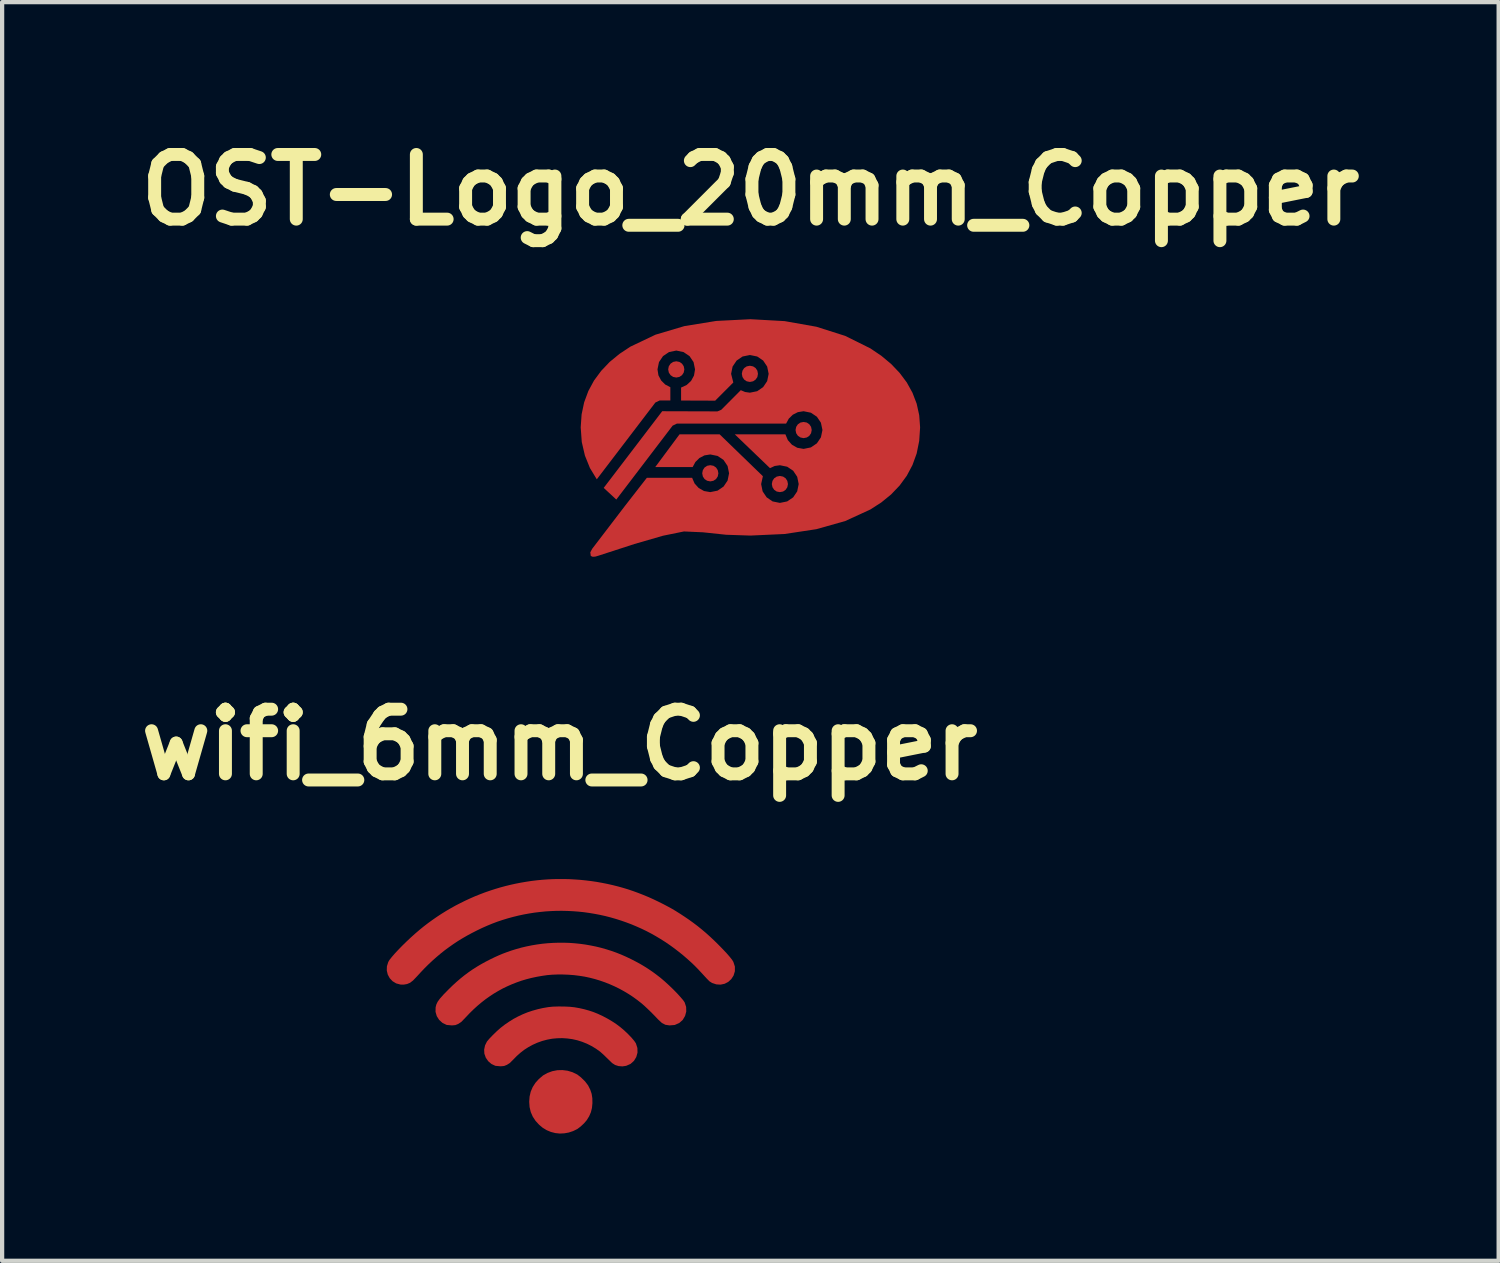
<source format=kicad_pcb>
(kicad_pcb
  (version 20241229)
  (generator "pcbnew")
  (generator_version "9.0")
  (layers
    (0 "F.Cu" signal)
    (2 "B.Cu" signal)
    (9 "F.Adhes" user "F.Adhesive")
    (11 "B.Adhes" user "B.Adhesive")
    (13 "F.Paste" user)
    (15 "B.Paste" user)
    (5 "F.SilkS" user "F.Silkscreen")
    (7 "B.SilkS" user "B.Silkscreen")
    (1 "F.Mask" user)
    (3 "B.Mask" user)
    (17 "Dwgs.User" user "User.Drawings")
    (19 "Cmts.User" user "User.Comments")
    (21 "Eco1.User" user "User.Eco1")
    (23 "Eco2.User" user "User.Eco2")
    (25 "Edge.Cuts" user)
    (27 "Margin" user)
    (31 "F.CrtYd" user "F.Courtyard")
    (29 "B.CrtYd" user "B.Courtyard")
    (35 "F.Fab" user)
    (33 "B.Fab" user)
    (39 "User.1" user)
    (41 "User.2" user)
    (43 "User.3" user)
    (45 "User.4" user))
  (footprint "wifi_6mm_Copper"
    (layer "F.Cu")
    (at 10.138 20.619)
    (property "Reference" "wifi_6mm_Copper" (at 0 -6.118 0) (layer "F.SilkS") (effects (font (size 1.524 1.524) (thickness 0.305))))
    (attr exclude_from_pos_files exclude_from_bom)
    (fp_poly (pts (xy -0.098 3.039) (xy -0.203 3.012) (xy -0.301 2.971) (xy -0.393 2.916) (xy -0.477 2.846) (xy -0.563 2.753) (xy -0.63 2.652) (xy -0.677 2.544) (xy -0.705 2.427) (xy -0.714 2.301) (xy -0.705 2.177) (xy -0.678 2.062) (xy -0.632 1.955) (xy -0.568 1.855) (xy -0.486 1.764) (xy -0.387 1.68) (xy -0.283 1.622) (xy -0.169 1.58) (xy -0.05 1.557) (xy 0.07 1.554) (xy 0.189 1.569) (xy 0.306 1.604) (xy 0.418 1.658) (xy 0.507 1.727) (xy 0.605 1.824) (xy 0.674 1.915) (xy 0.725 2.016) (xy 0.758 2.114) (xy 0.774 2.218) (xy 0.776 2.334) (xy 0.765 2.447) (xy 0.74 2.548) (xy 0.699 2.643) (xy 0.64 2.738) (xy 0.576 2.812) (xy 0.494 2.888) (xy 0.417 2.945) (xy 0.321 2.992) (xy 0.218 3.026) (xy 0.113 3.045) (xy 0.006 3.05) (xy -0.098 3.039)) (stroke (width 0) (type solid)) (fill yes) (layer "F.Cu"))
    (fp_poly (pts (xy -1.511 1.454) (xy -1.603 1.411) (xy -1.68 1.345) (xy -1.737 1.263) (xy -1.771 1.167) (xy -1.776 1.071) (xy -1.755 0.972) (xy -1.711 0.883) (xy -1.657 0.818) (xy -1.572 0.729) (xy -1.477 0.637) (xy -1.391 0.561) (xy -1.292 0.484) (xy -1.19 0.414) (xy -1.086 0.349) (xy -0.978 0.291) (xy -0.867 0.239) (xy -0.754 0.193) (xy -0.637 0.154) (xy -0.516 0.12) (xy -0.393 0.092) (xy -0.265 0.07) (xy -0.158 0.059) (xy -0.027 0.055) (xy 0.113 0.056) (xy 0.245 0.062) (xy 0.355 0.074) (xy 0.468 0.094) (xy 0.583 0.12) (xy 0.694 0.151) (xy 0.795 0.184) (xy 0.902 0.227) (xy 1.014 0.279) (xy 1.126 0.338) (xy 1.235 0.402) (xy 1.337 0.469) (xy 1.428 0.537) (xy 1.523 0.617) (xy 1.615 0.704) (xy 1.697 0.789) (xy 1.761 0.865) (xy 1.801 0.924) (xy 1.836 1.033) (xy 1.839 1.142) (xy 1.81 1.246) (xy 1.755 1.337) (xy 1.674 1.409) (xy 1.571 1.454) (xy 1.483 1.467) (xy 1.393 1.46) (xy 1.311 1.434) (xy 1.241 1.389) (xy 1.135 1.286) (xy 1.034 1.188) (xy 0.959 1.121) (xy 0.858 1.049) (xy 0.753 0.986) (xy 0.645 0.932) (xy 0.533 0.887) (xy 0.418 0.851) (xy 0.302 0.825) (xy 0.184 0.809) (xy 0.065 0.801) (xy -0.055 0.804) (xy -0.174 0.815) (xy -0.292 0.837) (xy -0.408 0.868) (xy -0.523 0.909) (xy -0.634 0.959) (xy -0.736 1.015) (xy -0.831 1.076) (xy -0.92 1.145) (xy -1.007 1.222) (xy -1.094 1.311) (xy -1.173 1.389) (xy -1.24 1.431) (xy -1.307 1.458) (xy -1.388 1.465) (xy -1.511 1.454)) (stroke (width 0) (type solid)) (fill yes) (layer "F.Cu"))
    (fp_poly (pts (xy -2.66 0.49) (xy -2.758 0.442) (xy -2.837 0.371) (xy -2.893 0.282) (xy -2.922 0.181) (xy -2.92 0.075) (xy -2.903 0.008) (xy -2.872 -0.057) (xy -2.818 -0.131) (xy -2.734 -0.226) (xy -2.609 -0.353) (xy -2.519 -0.441) (xy -2.428 -0.524) (xy -2.336 -0.603) (xy -2.244 -0.677) (xy -2.149 -0.748) (xy -2.053 -0.815) (xy -1.953 -0.879) (xy -1.85 -0.94) (xy -1.743 -0.999) (xy -1.632 -1.056) (xy -1.523 -1.109) (xy -1.427 -1.152) (xy -1.336 -1.19) (xy -1.243 -1.225) (xy -1.141 -1.261) (xy -1.021 -1.298) (xy -0.9 -1.332) (xy -0.777 -1.361) (xy -0.653 -1.386) (xy -0.528 -1.407) (xy -0.403 -1.424) (xy -0.276 -1.436) (xy -0.15 -1.444) (xy -0.023 -1.448) (xy 0.104 -1.448) (xy 0.231 -1.444) (xy 0.357 -1.435) (xy 0.483 -1.422) (xy 0.609 -1.405) (xy 0.733 -1.383) (xy 0.857 -1.358) (xy 0.98 -1.328) (xy 1.103 -1.293) (xy 1.221 -1.256) (xy 1.336 -1.215) (xy 1.45 -1.17) (xy 1.566 -1.119) (xy 1.688 -1.061) (xy 1.798 -1.004) (xy 1.902 -0.948) (xy 2.001 -0.889) (xy 2.098 -0.827) (xy 2.194 -0.762) (xy 2.29 -0.691) (xy 2.388 -0.615) (xy 2.478 -0.538) (xy 2.577 -0.448) (xy 2.677 -0.352) (xy 2.771 -0.256) (xy 2.852 -0.167) (xy 2.914 -0.094) (xy 2.95 -0.042) (xy 2.985 0.064) (xy 2.988 0.173) (xy 2.96 0.278) (xy 2.905 0.371) (xy 2.823 0.444) (xy 2.716 0.491) (xy 2.592 0.501) (xy 2.495 0.486) (xy 2.413 0.443) (xy 2.325 0.361) (xy 2.239 0.271) (xy 2.153 0.184) (xy 2.07 0.104) (xy 1.996 0.035) (xy 1.934 -0.019) (xy 1.836 -0.096) (xy 1.734 -0.17) (xy 1.629 -0.239) (xy 1.522 -0.303) (xy 1.413 -0.363) (xy 1.301 -0.418) (xy 1.186 -0.469) (xy 1.07 -0.515) (xy 0.952 -0.556) (xy 0.833 -0.592) (xy 0.712 -0.623) (xy 0.59 -0.649) (xy 0.469 -0.668) (xy 0.341 -0.684) (xy 0.209 -0.694) (xy 0.077 -0.699) (xy -0.052 -0.699) (xy -0.175 -0.694) (xy -0.29 -0.684) (xy -0.415 -0.666) (xy -0.539 -0.644) (xy -0.66 -0.618) (xy -0.778 -0.588) (xy -0.895 -0.553) (xy -1.009 -0.513) (xy -1.121 -0.469) (xy -1.23 -0.421) (xy -1.338 -0.369) (xy -1.443 -0.311) (xy -1.546 -0.25) (xy -1.646 -0.184) (xy -1.745 -0.114) (xy -1.841 -0.039) (xy -1.935 0.04) (xy -2.027 0.124) (xy -2.117 0.212) (xy -2.204 0.304) (xy -2.315 0.419) (xy -2.388 0.467) (xy -2.455 0.494) (xy -2.536 0.501) (xy -2.66 0.49)) (stroke (width 0) (type solid)) (fill yes) (layer "F.Cu"))
    (fp_poly (pts (xy -3.749 -0.462) (xy -3.85 -0.489) (xy -3.935 -0.541) (xy -4.002 -0.612) (xy -4.048 -0.697) (xy -4.071 -0.793) (xy -4.068 -0.893) (xy -4.036 -0.994) (xy -4.006 -1.044) (xy -3.955 -1.109) (xy -3.887 -1.188) (xy -3.805 -1.276) (xy -3.713 -1.371) (xy -3.612 -1.47) (xy -3.507 -1.569) (xy -3.4 -1.665) (xy -3.295 -1.755) (xy -3.195 -1.836) (xy -3.093 -1.914) (xy -2.989 -1.989) (xy -2.884 -2.062) (xy -2.777 -2.132) (xy -2.669 -2.199) (xy -2.559 -2.263) (xy -2.448 -2.325) (xy -2.335 -2.383) (xy -2.222 -2.439) (xy -2.107 -2.492) (xy -1.991 -2.543) (xy -1.873 -2.59) (xy -1.755 -2.635) (xy -1.636 -2.676) (xy -1.516 -2.715) (xy -1.395 -2.751) (xy -1.273 -2.784) (xy -1.15 -2.814) (xy -1.027 -2.841) (xy -0.903 -2.865) (xy -0.779 -2.886) (xy -0.654 -2.905) (xy -0.528 -2.92) (xy -0.402 -2.932) (xy -0.276 -2.941) (xy -0.149 -2.947) (xy -0.022 -2.949) (xy 0.105 -2.949) (xy 0.232 -2.946) (xy 0.36 -2.939) (xy 0.487 -2.93) (xy 0.615 -2.917) (xy 0.746 -2.901) (xy 0.875 -2.882) (xy 1.003 -2.859) (xy 1.129 -2.834) (xy 1.253 -2.806) (xy 1.377 -2.775) (xy 1.499 -2.741) (xy 1.621 -2.704) (xy 1.742 -2.663) (xy 1.862 -2.619) (xy 1.982 -2.572) (xy 2.102 -2.522) (xy 2.222 -2.468) (xy 2.342 -2.41) (xy 2.456 -2.353) (xy 2.558 -2.299) (xy 2.653 -2.247) (xy 2.745 -2.192) (xy 2.839 -2.133) (xy 2.941 -2.066) (xy 3.05 -1.992) (xy 3.154 -1.917) (xy 3.253 -1.842) (xy 3.35 -1.764) (xy 3.445 -1.684) (xy 3.54 -1.599) (xy 3.636 -1.509) (xy 3.734 -1.413) (xy 3.848 -1.297) (xy 3.941 -1.198) (xy 4.014 -1.114) (xy 4.067 -1.047) (xy 4.098 -0.997) (xy 4.134 -0.887) (xy 4.134 -0.775) (xy 4.103 -0.674) (xy 4.049 -0.59) (xy 3.977 -0.524) (xy 3.892 -0.48) (xy 3.797 -0.46) (xy 3.697 -0.466) (xy 3.597 -0.499) (xy 3.535 -0.538) (xy 3.468 -0.606) (xy 3.342 -0.743) (xy 3.253 -0.838) (xy 3.182 -0.91) (xy 3.112 -0.977) (xy 3.012 -1.067) (xy 2.911 -1.154) (xy 2.808 -1.237) (xy 2.704 -1.317) (xy 2.599 -1.393) (xy 2.492 -1.466) (xy 2.383 -1.535) (xy 2.273 -1.601) (xy 2.161 -1.664) (xy 2.048 -1.723) (xy 1.932 -1.779) (xy 1.815 -1.831) (xy 1.696 -1.881) (xy 1.574 -1.927) (xy 1.451 -1.97) (xy 1.328 -2.009) (xy 1.203 -2.045) (xy 1.078 -2.077) (xy 0.952 -2.105) (xy 0.826 -2.129) (xy 0.699 -2.15) (xy 0.571 -2.168) (xy 0.444 -2.181) (xy 0.315 -2.191) (xy 0.187 -2.197) (xy 0.058 -2.2) (xy -0.07 -2.199) (xy -0.199 -2.194) (xy -0.327 -2.186) (xy -0.455 -2.173) (xy -0.583 -2.158) (xy -0.711 -2.138) (xy -0.838 -2.115) (xy -0.965 -2.088) (xy -1.091 -2.057) (xy -1.22 -2.022) (xy -1.344 -1.984) (xy -1.464 -1.944) (xy -1.583 -1.899) (xy -1.702 -1.85) (xy -1.824 -1.796) (xy -1.95 -1.735) (xy -2.066 -1.676) (xy -2.179 -1.615) (xy -2.288 -1.552) (xy -2.396 -1.486) (xy -2.5 -1.417) (xy -2.602 -1.345) (xy -2.703 -1.271) (xy -2.801 -1.193) (xy -2.897 -1.112) (xy -2.992 -1.028) (xy -3.086 -0.94) (xy -3.178 -0.849) (xy -3.269 -0.753) (xy -3.36 -0.654) (xy -3.451 -0.559) (xy -3.522 -0.504) (xy -3.594 -0.474) (xy -3.672 -0.46) (xy -3.749 -0.462)) (stroke (width 0) (type solid)) (fill yes) (layer "F.Cu")))
  (footprint "OST-Logo_20mm_Copper"
    (layer "F.Cu")
    (at 14.638 7.274)
    (property "Reference" "OST-Logo_20mm_Copper" (at 0 -5.848 0) (layer "F.SilkS") (effects (font (size 1.524 1.524) (thickness 0.305))))
    (attr exclude_from_pos_files exclude_from_bom)
    (fp_poly (pts (xy -1.747 -1.808) (xy -1.822 -1.793) (xy -1.882 -1.752) (xy -1.923 -1.692) (xy -1.938 -1.617) (xy -1.923 -1.542) (xy -1.882 -1.481) (xy -1.822 -1.44) (xy -1.747 -1.425) (xy -1.673 -1.44) (xy -1.612 -1.481) (xy -1.572 -1.542) (xy -1.557 -1.617) (xy -1.572 -1.692) (xy -1.612 -1.752) (xy -1.673 -1.793) (xy -1.747 -1.808)) (stroke (width 0) (type solid)) (fill yes) (layer "F.Cu"))
    (fp_poly (pts (xy -0.946 0.641) (xy -1.02 0.655) (xy -1.081 0.696) (xy -1.121 0.757) (xy -1.136 0.832) (xy -1.121 0.907) (xy -1.081 0.968) (xy -1.02 1.008) (xy -0.946 1.023) (xy -0.871 1.008) (xy -0.81 0.968) (xy -0.77 0.907) (xy -0.755 0.832) (xy -0.77 0.757) (xy -0.81 0.696) (xy -0.871 0.655) (xy -0.946 0.641)) (stroke (width 0) (type solid)) (fill yes) (layer "F.Cu"))
    (fp_poly (pts (xy -0.012 -1.703) (xy -0.087 -1.688) (xy -0.147 -1.648) (xy -0.187 -1.587) (xy -0.202 -1.512) (xy -0.187 -1.437) (xy -0.147 -1.377) (xy -0.087 -1.336) (xy -0.012 -1.321) (xy 0.063 -1.336) (xy 0.123 -1.377) (xy 0.164 -1.437) (xy 0.178 -1.512) (xy 0.164 -1.587) (xy 0.123 -1.648) (xy 0.063 -1.688) (xy -0.012 -1.703)) (stroke (width 0) (type solid)) (fill yes) (layer "F.Cu"))
    (fp_poly (pts (xy 0.695 0.895) (xy 0.62 0.91) (xy 0.56 0.95) (xy 0.52 1.011) (xy 0.505 1.086) (xy 0.52 1.161) (xy 0.56 1.221) (xy 0.62 1.262) (xy 0.695 1.276) (xy 0.77 1.262) (xy 0.83 1.221) (xy 0.87 1.161) (xy 0.885 1.086) (xy 0.87 1.011) (xy 0.83 0.95) (xy 0.77 0.91) (xy 0.695 0.895)) (stroke (width 0) (type solid)) (fill yes) (layer "F.Cu"))
    (fp_poly (pts (xy 1.254 -0.378) (xy 1.18 -0.364) (xy 1.119 -0.323) (xy 1.079 -0.262) (xy 1.064 -0.188) (xy 1.079 -0.113) (xy 1.119 -0.052) (xy 1.18 -0.012) (xy 1.254 0.003) (xy 1.329 -0.012) (xy 1.389 -0.052) (xy 1.43 -0.113) (xy 1.445 -0.188) (xy 1.43 -0.262) (xy 1.389 -0.323) (xy 1.329 -0.364) (xy 1.254 -0.378)) (stroke (width 0) (type solid)) (fill yes) (layer "F.Cu"))
    (fp_poly (pts (xy -0.000064 -2.8) (xy -0.806 -2.759) (xy -1.557 -2.637) (xy -2.237 -2.435) (xy -2.829 -2.153) (xy -3.087 -1.982) (xy -3.317 -1.793) (xy -3.517 -1.583) (xy -3.686 -1.355) (xy -3.82 -1.107) (xy -3.919 -0.84) (xy -3.979 -0.555) (xy -4 -0.25) (xy -3.975 0.095) (xy -3.901 0.414) (xy -3.783 0.707) (xy -3.621 0.974) (xy -2.24 -0.836) (xy -2.14 -0.884) (xy -1.887 -0.884) (xy -1.887 -1.197) (xy -2.008 -1.26) (xy -2.104 -1.356) (xy -2.168 -1.477) (xy -2.19 -1.617) (xy -2.155 -1.789) (xy -2.06 -1.93) (xy -1.919 -2.025) (xy -1.747 -2.061) (xy -1.576 -2.025) (xy -1.435 -1.93) (xy -1.34 -1.789) (xy -1.305 -1.617) (xy -1.33 -1.471) (xy -1.399 -1.345) (xy -1.503 -1.249) (xy -1.634 -1.189) (xy -1.634 -0.883) (xy -0.83 -0.88) (xy -0.403 -1.308) (xy -0.455 -1.512) (xy -0.42 -1.684) (xy -0.325 -1.825) (xy -0.184 -1.921) (xy -0.012 -1.956) (xy 0.16 -1.921) (xy 0.3 -1.826) (xy 0.395 -1.684) (xy 0.43 -1.512) (xy 0.395 -1.34) (xy 0.3 -1.199) (xy 0.16 -1.103) (xy -0.012 -1.068) (xy -0.125 -1.084) (xy -0.227 -1.127) (xy -0.688 -0.664) (xy -0.777 -0.627) (xy -2.079 -0.631) (xy -3.458 1.176) (xy -3.161 1.451) (xy -1.833 -0.291) (xy -1.733 -0.339) (xy 0.841 -0.339) (xy 0.905 -0.456) (xy 1 -0.549) (xy 1.118 -0.609) (xy 1.254 -0.631) (xy 1.426 -0.596) (xy 1.567 -0.501) (xy 1.662 -0.36) (xy 1.698 -0.188) (xy 1.662 -0.015) (xy 1.567 0.126) (xy 1.426 0.222) (xy 1.254 0.257) (xy 1.106 0.231) (xy 0.979 0.159) (xy 0.882 0.05) (xy 0.825 -0.086) (xy -0.368 -0.086) (xy 0.462 0.711) (xy 0.572 0.66) (xy 0.695 0.642) (xy 0.867 0.677) (xy 1.008 0.772) (xy 1.103 0.914) (xy 1.138 1.086) (xy 1.103 1.258) (xy 1.008 1.399) (xy 0.867 1.495) (xy 0.695 1.53) (xy 0.523 1.495) (xy 0.383 1.399) (xy 0.288 1.258) (xy 0.253 1.086) (xy 0.294 0.901) (xy -0.725 -0.086) (xy -1.671 -0.086) (xy -2.243 0.685) (xy -1.361 0.685) (xy -1.297 0.566) (xy -1.202 0.472) (xy -1.083 0.41) (xy -0.946 0.388) (xy -0.774 0.423) (xy -0.633 0.518) (xy -0.538 0.66) (xy -0.503 0.832) (xy -0.538 1.004) (xy -0.633 1.145) (xy -0.774 1.241) (xy -0.946 1.276) (xy -1.093 1.25) (xy -1.219 1.179) (xy -1.316 1.072) (xy -1.374 0.938) (xy -2.441 0.938) (xy -2.954 1.597) (xy -3.729 2.611) (xy -3.774 2.695) (xy -3.762 2.781) (xy -3.716 2.8) (xy -3.656 2.796) (xy -3.581 2.774) (xy -2.734 2.499) (xy -2.061 2.304) (xy -1.566 2.203) (xy -1.118 2.223) (xy -0.571 2.281) (xy -0.000044 2.3) (xy 0.806 2.263) (xy 1.557 2.149) (xy 2.236 1.957) (xy 2.828 1.685) (xy 3.087 1.518) (xy 3.317 1.33) (xy 3.517 1.121) (xy 3.686 0.89) (xy 3.82 0.638) (xy 3.919 0.365) (xy 3.979 0.068) (xy 4 -0.25) (xy 3.979 -0.537) (xy 3.919 -0.809) (xy 3.82 -1.067) (xy 3.686 -1.309) (xy 3.517 -1.535) (xy 3.317 -1.745) (xy 3.087 -1.937) (xy 2.828 -2.112) (xy 2.236 -2.406) (xy 1.557 -2.622) (xy 0.806 -2.755) (xy -0.000044 -2.8) (xy -0.000064 -2.8)) (stroke (width 0) (type solid)) (fill yes) (layer "F.Cu")))
  (gr_rect
    (start -3 -3)
    (end 32.275 26.669)
    (stroke (width 0.1) (type default))
    (fill no)
    (layer "Edge.Cuts")))
</source>
